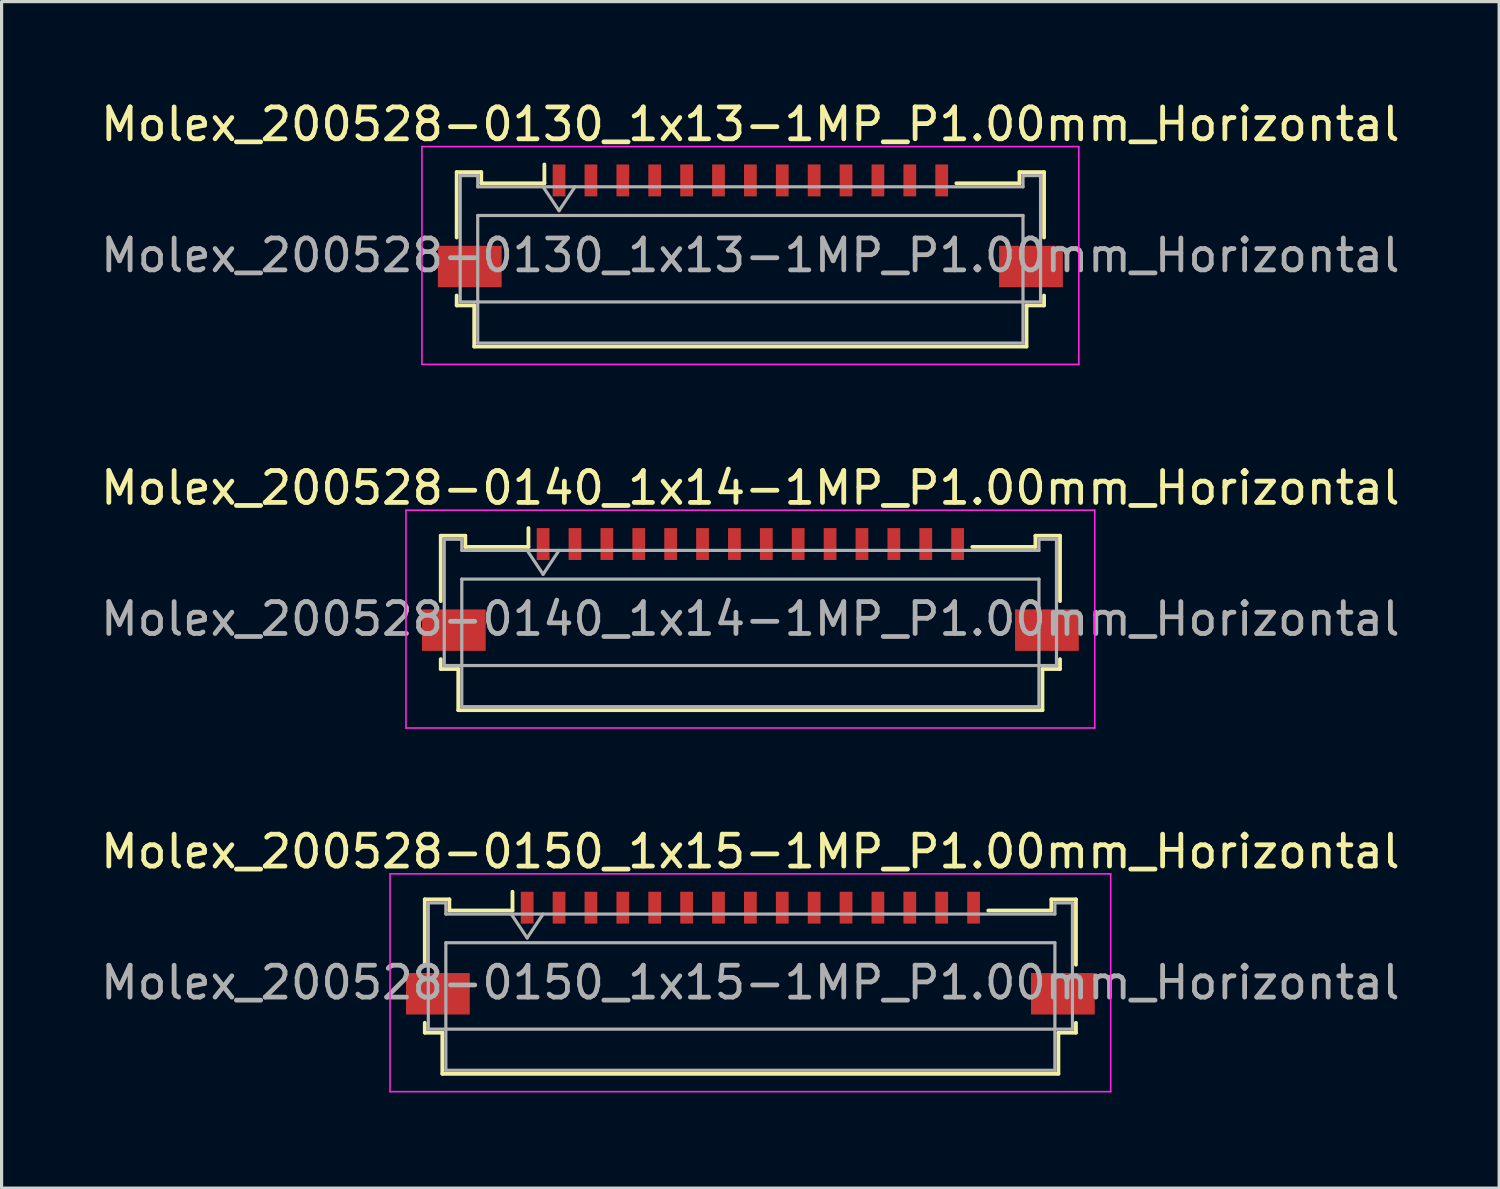
<source format=kicad_pcb>
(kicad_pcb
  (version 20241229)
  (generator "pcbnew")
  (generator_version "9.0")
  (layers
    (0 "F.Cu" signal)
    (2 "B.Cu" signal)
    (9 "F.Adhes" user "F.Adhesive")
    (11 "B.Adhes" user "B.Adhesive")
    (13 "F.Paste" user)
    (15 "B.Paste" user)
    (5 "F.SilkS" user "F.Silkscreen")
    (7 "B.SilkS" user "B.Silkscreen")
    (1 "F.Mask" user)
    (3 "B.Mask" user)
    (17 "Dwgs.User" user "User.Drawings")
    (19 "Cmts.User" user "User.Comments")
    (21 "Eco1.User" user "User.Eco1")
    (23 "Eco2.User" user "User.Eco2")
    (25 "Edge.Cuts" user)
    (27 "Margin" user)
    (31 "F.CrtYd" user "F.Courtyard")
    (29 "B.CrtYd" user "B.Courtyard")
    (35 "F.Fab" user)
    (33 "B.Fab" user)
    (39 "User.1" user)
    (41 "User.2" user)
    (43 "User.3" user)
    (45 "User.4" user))
  (footprint "Molex_200528-0130_1x13-1MP_P1.00mm_Horizontal"
    (layer "F.Cu")
    (at 20.482 3.518)
    (property "Reference" "Molex_200528-0130_1x13-1MP_P1.00mm_Horizontal" (at 0 -2.67 0) (layer "F.SilkS") (effects (font (size 1 1) (thickness 0.15))))
    (attr smd)
    (fp_line (start -9.21 -1.17) (end -9.21 0.88) (stroke (width 0.12) (type solid)) (layer "F.SilkS"))
    (fp_line (start -9.21 2.7) (end -9.21 3.01) (stroke (width 0.12) (type solid)) (layer "F.SilkS"))
    (fp_line (start -9.21 3.01) (end -8.66 3.01) (stroke (width 0.12) (type solid)) (layer "F.SilkS"))
    (fp_line (start -8.66 3.01) (end -8.66 4.3) (stroke (width 0.12) (type solid)) (layer "F.SilkS"))
    (fp_line (start -8.66 4.3) (end 8.66 4.3) (stroke (width 0.12) (type solid)) (layer "F.SilkS"))
    (fp_line (start -8.44 -1.17) (end -9.21 -1.17) (stroke (width 0.12) (type solid)) (layer "F.SilkS"))
    (fp_line (start -8.44 -0.82) (end -8.44 -1.17) (stroke (width 0.12) (type solid)) (layer "F.SilkS"))
    (fp_line (start -6.46 -1.41) (end -6.46 -0.82) (stroke (width 0.12) (type solid)) (layer "F.SilkS"))
    (fp_line (start -6.46 -0.82) (end -8.44 -0.82) (stroke (width 0.12) (type solid)) (layer "F.SilkS"))
    (fp_line (start 8.44 -1.17) (end 8.44 -0.82) (stroke (width 0.12) (type solid)) (layer "F.SilkS"))
    (fp_line (start 8.44 -0.82) (end 6.46 -0.82) (stroke (width 0.12) (type solid)) (layer "F.SilkS"))
    (fp_line (start 8.66 3.01) (end 9.21 3.01) (stroke (width 0.12) (type solid)) (layer "F.SilkS"))
    (fp_line (start 8.66 4.3) (end 8.66 3.01) (stroke (width 0.12) (type solid)) (layer "F.SilkS"))
    (fp_line (start 9.21 -1.17) (end 8.44 -1.17) (stroke (width 0.12) (type solid)) (layer "F.SilkS"))
    (fp_line (start 9.21 0.88) (end 9.21 -1.17) (stroke (width 0.12) (type solid)) (layer "F.SilkS"))
    (fp_line (start 9.21 3.01) (end 9.21 2.7) (stroke (width 0.12) (type solid)) (layer "F.SilkS"))
    (fp_line (start -10.3 -1.97) (end -10.3 4.86) (stroke (width 0.05) (type solid)) (layer "F.CrtYd"))
    (fp_line (start -10.3 4.86) (end 10.3 4.86) (stroke (width 0.05) (type solid)) (layer "F.CrtYd"))
    (fp_line (start 10.3 -1.97) (end -10.3 -1.97) (stroke (width 0.05) (type solid)) (layer "F.CrtYd"))
    (fp_line (start 10.3 4.86) (end 10.3 -1.97) (stroke (width 0.05) (type solid)) (layer "F.CrtYd"))
    (fp_line (start -9.1 -1.06) (end -9.1 2.9) (stroke (width 0.1) (type solid)) (layer "F.Fab"))
    (fp_line (start -9.1 2.9) (end 9.1 2.9) (stroke (width 0.1) (type solid)) (layer "F.Fab"))
    (fp_line (start -8.55 -1.06) (end -9.1 -1.06) (stroke (width 0.1) (type solid)) (layer "F.Fab"))
    (fp_line (start -8.55 -0.71) (end -8.55 -1.06) (stroke (width 0.1) (type solid)) (layer "F.Fab"))
    (fp_line (start -8.55 0.19) (end -8.55 4.19) (stroke (width 0.1) (type solid)) (layer "F.Fab"))
    (fp_line (start -8.55 4.19) (end 8.55 4.19) (stroke (width 0.1) (type solid)) (layer "F.Fab"))
    (fp_line (start -6.5 -0.71) (end -6 0.04) (stroke (width 0.1) (type solid)) (layer "F.Fab"))
    (fp_line (start -6 0.04) (end -5.5 -0.71) (stroke (width 0.1) (type solid)) (layer "F.Fab"))
    (fp_line (start 8.55 -1.06) (end 8.55 -0.71) (stroke (width 0.1) (type solid)) (layer "F.Fab"))
    (fp_line (start 8.55 -0.71) (end -8.55 -0.71) (stroke (width 0.1) (type solid)) (layer "F.Fab"))
    (fp_line (start 8.55 0.19) (end -8.55 0.19) (stroke (width 0.1) (type solid)) (layer "F.Fab"))
    (fp_line (start 8.55 4.19) (end 8.55 0.19) (stroke (width 0.1) (type solid)) (layer "F.Fab"))
    (fp_line (start 9.1 -1.06) (end 8.55 -1.06) (stroke (width 0.1) (type solid)) (layer "F.Fab"))
    (fp_line (start 9.1 2.9) (end 9.1 -1.06) (stroke (width 0.1) (type solid)) (layer "F.Fab"))
    (fp_text user "${REFERENCE}" (at 0 1.44 0) (layer "F.Fab") (effects (font (size 1 1) (thickness 0.15))))
    (pad "1" smd rect (at -6 -0.91) (size 0.4 1) (layers "F.Cu" "F.Mask" "F.Paste"))
    (pad "2" smd rect (at -5 -0.91) (size 0.4 1) (layers "F.Cu" "F.Mask" "F.Paste"))
    (pad "3" smd rect (at -4 -0.91) (size 0.4 1) (layers "F.Cu" "F.Mask" "F.Paste"))
    (pad "4" smd rect (at -3 -0.91) (size 0.4 1) (layers "F.Cu" "F.Mask" "F.Paste"))
    (pad "5" smd rect (at -2 -0.91) (size 0.4 1) (layers "F.Cu" "F.Mask" "F.Paste"))
    (pad "6" smd rect (at -1 -0.91) (size 0.4 1) (layers "F.Cu" "F.Mask" "F.Paste"))
    (pad "7" smd rect (at 0 -0.91) (size 0.4 1) (layers "F.Cu" "F.Mask" "F.Paste"))
    (pad "8" smd rect (at 1 -0.91) (size 0.4 1) (layers "F.Cu" "F.Mask" "F.Paste"))
    (pad "9" smd rect (at 2 -0.91) (size 0.4 1) (layers "F.Cu" "F.Mask" "F.Paste"))
    (pad "10" smd rect (at 3 -0.91) (size 0.4 1) (layers "F.Cu" "F.Mask" "F.Paste"))
    (pad "11" smd rect (at 4 -0.91) (size 0.4 1) (layers "F.Cu" "F.Mask" "F.Paste"))
    (pad "12" smd rect (at 5 -0.91) (size 0.4 1) (layers "F.Cu" "F.Mask" "F.Paste"))
    (pad "13" smd rect (at 6 -0.91) (size 0.4 1) (layers "F.Cu" "F.Mask" "F.Paste"))
    (pad "MP" smd rect (at -8.8 1.79) (size 2 1.3) (layers "F.Cu" "F.Mask" "F.Paste"))
    (pad "MP" smd rect (at 8.8 1.79) (size 2 1.3) (layers "F.Cu" "F.Mask" "F.Paste")))
  (footprint "Molex_200528-0140_1x14-1MP_P1.00mm_Horizontal"
    (layer "F.Cu")
    (at 20.482 14.921)
    (property "Reference" "Molex_200528-0140_1x14-1MP_P1.00mm_Horizontal" (at 0 -2.67 0) (layer "F.SilkS") (effects (font (size 1 1) (thickness 0.15))))
    (attr smd)
    (fp_line (start -9.71 -1.17) (end -9.71 0.88) (stroke (width 0.12) (type solid)) (layer "F.SilkS"))
    (fp_line (start -9.71 2.7) (end -9.71 3.01) (stroke (width 0.12) (type solid)) (layer "F.SilkS"))
    (fp_line (start -9.71 3.01) (end -9.16 3.01) (stroke (width 0.12) (type solid)) (layer "F.SilkS"))
    (fp_line (start -9.16 3.01) (end -9.16 4.3) (stroke (width 0.12) (type solid)) (layer "F.SilkS"))
    (fp_line (start -9.16 4.3) (end 9.16 4.3) (stroke (width 0.12) (type solid)) (layer "F.SilkS"))
    (fp_line (start -8.94 -1.17) (end -9.71 -1.17) (stroke (width 0.12) (type solid)) (layer "F.SilkS"))
    (fp_line (start -8.94 -0.82) (end -8.94 -1.17) (stroke (width 0.12) (type solid)) (layer "F.SilkS"))
    (fp_line (start -6.96 -1.41) (end -6.96 -0.82) (stroke (width 0.12) (type solid)) (layer "F.SilkS"))
    (fp_line (start -6.96 -0.82) (end -8.94 -0.82) (stroke (width 0.12) (type solid)) (layer "F.SilkS"))
    (fp_line (start 8.94 -1.17) (end 8.94 -0.82) (stroke (width 0.12) (type solid)) (layer "F.SilkS"))
    (fp_line (start 8.94 -0.82) (end 6.96 -0.82) (stroke (width 0.12) (type solid)) (layer "F.SilkS"))
    (fp_line (start 9.16 3.01) (end 9.71 3.01) (stroke (width 0.12) (type solid)) (layer "F.SilkS"))
    (fp_line (start 9.16 4.3) (end 9.16 3.01) (stroke (width 0.12) (type solid)) (layer "F.SilkS"))
    (fp_line (start 9.71 -1.17) (end 8.94 -1.17) (stroke (width 0.12) (type solid)) (layer "F.SilkS"))
    (fp_line (start 9.71 0.88) (end 9.71 -1.17) (stroke (width 0.12) (type solid)) (layer "F.SilkS"))
    (fp_line (start 9.71 3.01) (end 9.71 2.7) (stroke (width 0.12) (type solid)) (layer "F.SilkS"))
    (fp_line (start -10.8 -1.97) (end -10.8 4.86) (stroke (width 0.05) (type solid)) (layer "F.CrtYd"))
    (fp_line (start -10.8 4.86) (end 10.8 4.86) (stroke (width 0.05) (type solid)) (layer "F.CrtYd"))
    (fp_line (start 10.8 -1.97) (end -10.8 -1.97) (stroke (width 0.05) (type solid)) (layer "F.CrtYd"))
    (fp_line (start 10.8 4.86) (end 10.8 -1.97) (stroke (width 0.05) (type solid)) (layer "F.CrtYd"))
    (fp_line (start -9.6 -1.06) (end -9.6 2.9) (stroke (width 0.1) (type solid)) (layer "F.Fab"))
    (fp_line (start -9.6 2.9) (end 9.6 2.9) (stroke (width 0.1) (type solid)) (layer "F.Fab"))
    (fp_line (start -9.05 -1.06) (end -9.6 -1.06) (stroke (width 0.1) (type solid)) (layer "F.Fab"))
    (fp_line (start -9.05 -0.71) (end -9.05 -1.06) (stroke (width 0.1) (type solid)) (layer "F.Fab"))
    (fp_line (start -9.05 0.19) (end -9.05 4.19) (stroke (width 0.1) (type solid)) (layer "F.Fab"))
    (fp_line (start -9.05 4.19) (end 9.05 4.19) (stroke (width 0.1) (type solid)) (layer "F.Fab"))
    (fp_line (start -7 -0.71) (end -6.5 0.04) (stroke (width 0.1) (type solid)) (layer "F.Fab"))
    (fp_line (start -6.5 0.04) (end -6 -0.71) (stroke (width 0.1) (type solid)) (layer "F.Fab"))
    (fp_line (start 9.05 -1.06) (end 9.05 -0.71) (stroke (width 0.1) (type solid)) (layer "F.Fab"))
    (fp_line (start 9.05 -0.71) (end -9.05 -0.71) (stroke (width 0.1) (type solid)) (layer "F.Fab"))
    (fp_line (start 9.05 0.19) (end -9.05 0.19) (stroke (width 0.1) (type solid)) (layer "F.Fab"))
    (fp_line (start 9.05 4.19) (end 9.05 0.19) (stroke (width 0.1) (type solid)) (layer "F.Fab"))
    (fp_line (start 9.6 -1.06) (end 9.05 -1.06) (stroke (width 0.1) (type solid)) (layer "F.Fab"))
    (fp_line (start 9.6 2.9) (end 9.6 -1.06) (stroke (width 0.1) (type solid)) (layer "F.Fab"))
    (fp_text user "${REFERENCE}" (at 0 1.44 0) (layer "F.Fab") (effects (font (size 1 1) (thickness 0.15))))
    (pad "1" smd rect (at -6.5 -0.91) (size 0.4 1) (layers "F.Cu" "F.Mask" "F.Paste"))
    (pad "2" smd rect (at -5.5 -0.91) (size 0.4 1) (layers "F.Cu" "F.Mask" "F.Paste"))
    (pad "3" smd rect (at -4.5 -0.91) (size 0.4 1) (layers "F.Cu" "F.Mask" "F.Paste"))
    (pad "4" smd rect (at -3.5 -0.91) (size 0.4 1) (layers "F.Cu" "F.Mask" "F.Paste"))
    (pad "5" smd rect (at -2.5 -0.91) (size 0.4 1) (layers "F.Cu" "F.Mask" "F.Paste"))
    (pad "6" smd rect (at -1.5 -0.91) (size 0.4 1) (layers "F.Cu" "F.Mask" "F.Paste"))
    (pad "7" smd rect (at -0.5 -0.91) (size 0.4 1) (layers "F.Cu" "F.Mask" "F.Paste"))
    (pad "8" smd rect (at 0.5 -0.91) (size 0.4 1) (layers "F.Cu" "F.Mask" "F.Paste"))
    (pad "9" smd rect (at 1.5 -0.91) (size 0.4 1) (layers "F.Cu" "F.Mask" "F.Paste"))
    (pad "10" smd rect (at 2.5 -0.91) (size 0.4 1) (layers "F.Cu" "F.Mask" "F.Paste"))
    (pad "11" smd rect (at 3.5 -0.91) (size 0.4 1) (layers "F.Cu" "F.Mask" "F.Paste"))
    (pad "12" smd rect (at 4.5 -0.91) (size 0.4 1) (layers "F.Cu" "F.Mask" "F.Paste"))
    (pad "13" smd rect (at 5.5 -0.91) (size 0.4 1) (layers "F.Cu" "F.Mask" "F.Paste"))
    (pad "14" smd rect (at 6.5 -0.91) (size 0.4 1) (layers "F.Cu" "F.Mask" "F.Paste"))
    (pad "MP" smd rect (at -9.3 1.79) (size 2 1.3) (layers "F.Cu" "F.Mask" "F.Paste"))
    (pad "MP" smd rect (at 9.3 1.79) (size 2 1.3) (layers "F.Cu" "F.Mask" "F.Paste")))
  (footprint "Molex_200528-0150_1x15-1MP_P1.00mm_Horizontal"
    (layer "F.Cu")
    (at 20.482 26.325)
    (property "Reference" "Molex_200528-0150_1x15-1MP_P1.00mm_Horizontal" (at 0 -2.67 0) (layer "F.SilkS") (effects (font (size 1 1) (thickness 0.15))))
    (attr smd)
    (fp_line (start -10.21 -1.17) (end -10.21 0.88) (stroke (width 0.12) (type solid)) (layer "F.SilkS"))
    (fp_line (start -10.21 2.7) (end -10.21 3.01) (stroke (width 0.12) (type solid)) (layer "F.SilkS"))
    (fp_line (start -10.21 3.01) (end -9.66 3.01) (stroke (width 0.12) (type solid)) (layer "F.SilkS"))
    (fp_line (start -9.66 3.01) (end -9.66 4.3) (stroke (width 0.12) (type solid)) (layer "F.SilkS"))
    (fp_line (start -9.66 4.3) (end 9.66 4.3) (stroke (width 0.12) (type solid)) (layer "F.SilkS"))
    (fp_line (start -9.44 -1.17) (end -10.21 -1.17) (stroke (width 0.12) (type solid)) (layer "F.SilkS"))
    (fp_line (start -9.44 -0.82) (end -9.44 -1.17) (stroke (width 0.12) (type solid)) (layer "F.SilkS"))
    (fp_line (start -7.46 -1.41) (end -7.46 -0.82) (stroke (width 0.12) (type solid)) (layer "F.SilkS"))
    (fp_line (start -7.46 -0.82) (end -9.44 -0.82) (stroke (width 0.12) (type solid)) (layer "F.SilkS"))
    (fp_line (start 9.44 -1.17) (end 9.44 -0.82) (stroke (width 0.12) (type solid)) (layer "F.SilkS"))
    (fp_line (start 9.44 -0.82) (end 7.46 -0.82) (stroke (width 0.12) (type solid)) (layer "F.SilkS"))
    (fp_line (start 9.66 3.01) (end 10.21 3.01) (stroke (width 0.12) (type solid)) (layer "F.SilkS"))
    (fp_line (start 9.66 4.3) (end 9.66 3.01) (stroke (width 0.12) (type solid)) (layer "F.SilkS"))
    (fp_line (start 10.21 -1.17) (end 9.44 -1.17) (stroke (width 0.12) (type solid)) (layer "F.SilkS"))
    (fp_line (start 10.21 0.88) (end 10.21 -1.17) (stroke (width 0.12) (type solid)) (layer "F.SilkS"))
    (fp_line (start 10.21 3.01) (end 10.21 2.7) (stroke (width 0.12) (type solid)) (layer "F.SilkS"))
    (fp_line (start -11.3 -1.97) (end -11.3 4.86) (stroke (width 0.05) (type solid)) (layer "F.CrtYd"))
    (fp_line (start -11.3 4.86) (end 11.3 4.86) (stroke (width 0.05) (type solid)) (layer "F.CrtYd"))
    (fp_line (start 11.3 -1.97) (end -11.3 -1.97) (stroke (width 0.05) (type solid)) (layer "F.CrtYd"))
    (fp_line (start 11.3 4.86) (end 11.3 -1.97) (stroke (width 0.05) (type solid)) (layer "F.CrtYd"))
    (fp_line (start -10.1 -1.06) (end -10.1 2.9) (stroke (width 0.1) (type solid)) (layer "F.Fab"))
    (fp_line (start -10.1 2.9) (end 10.1 2.9) (stroke (width 0.1) (type solid)) (layer "F.Fab"))
    (fp_line (start -9.55 -1.06) (end -10.1 -1.06) (stroke (width 0.1) (type solid)) (layer "F.Fab"))
    (fp_line (start -9.55 -0.71) (end -9.55 -1.06) (stroke (width 0.1) (type solid)) (layer "F.Fab"))
    (fp_line (start -9.55 0.19) (end -9.55 4.19) (stroke (width 0.1) (type solid)) (layer "F.Fab"))
    (fp_line (start -9.55 4.19) (end 9.55 4.19) (stroke (width 0.1) (type solid)) (layer "F.Fab"))
    (fp_line (start -7.5 -0.71) (end -7 0.04) (stroke (width 0.1) (type solid)) (layer "F.Fab"))
    (fp_line (start -7 0.04) (end -6.5 -0.71) (stroke (width 0.1) (type solid)) (layer "F.Fab"))
    (fp_line (start 9.55 -1.06) (end 9.55 -0.71) (stroke (width 0.1) (type solid)) (layer "F.Fab"))
    (fp_line (start 9.55 -0.71) (end -9.55 -0.71) (stroke (width 0.1) (type solid)) (layer "F.Fab"))
    (fp_line (start 9.55 0.19) (end -9.55 0.19) (stroke (width 0.1) (type solid)) (layer "F.Fab"))
    (fp_line (start 9.55 4.19) (end 9.55 0.19) (stroke (width 0.1) (type solid)) (layer "F.Fab"))
    (fp_line (start 10.1 -1.06) (end 9.55 -1.06) (stroke (width 0.1) (type solid)) (layer "F.Fab"))
    (fp_line (start 10.1 2.9) (end 10.1 -1.06) (stroke (width 0.1) (type solid)) (layer "F.Fab"))
    (fp_text user "${REFERENCE}" (at 0 1.44 0) (layer "F.Fab") (effects (font (size 1 1) (thickness 0.15))))
    (pad "1" smd rect (at -7 -0.91) (size 0.4 1) (layers "F.Cu" "F.Mask" "F.Paste"))
    (pad "2" smd rect (at -6 -0.91) (size 0.4 1) (layers "F.Cu" "F.Mask" "F.Paste"))
    (pad "3" smd rect (at -5 -0.91) (size 0.4 1) (layers "F.Cu" "F.Mask" "F.Paste"))
    (pad "4" smd rect (at -4 -0.91) (size 0.4 1) (layers "F.Cu" "F.Mask" "F.Paste"))
    (pad "5" smd rect (at -3 -0.91) (size 0.4 1) (layers "F.Cu" "F.Mask" "F.Paste"))
    (pad "6" smd rect (at -2 -0.91) (size 0.4 1) (layers "F.Cu" "F.Mask" "F.Paste"))
    (pad "7" smd rect (at -1 -0.91) (size 0.4 1) (layers "F.Cu" "F.Mask" "F.Paste"))
    (pad "8" smd rect (at 0 -0.91) (size 0.4 1) (layers "F.Cu" "F.Mask" "F.Paste"))
    (pad "9" smd rect (at 1 -0.91) (size 0.4 1) (layers "F.Cu" "F.Mask" "F.Paste"))
    (pad "10" smd rect (at 2 -0.91) (size 0.4 1) (layers "F.Cu" "F.Mask" "F.Paste"))
    (pad "11" smd rect (at 3 -0.91) (size 0.4 1) (layers "F.Cu" "F.Mask" "F.Paste"))
    (pad "12" smd rect (at 4 -0.91) (size 0.4 1) (layers "F.Cu" "F.Mask" "F.Paste"))
    (pad "13" smd rect (at 5 -0.91) (size 0.4 1) (layers "F.Cu" "F.Mask" "F.Paste"))
    (pad "14" smd rect (at 6 -0.91) (size 0.4 1) (layers "F.Cu" "F.Mask" "F.Paste"))
    (pad "15" smd rect (at 7 -0.91) (size 0.4 1) (layers "F.Cu" "F.Mask" "F.Paste"))
    (pad "MP" smd rect (at -9.8 1.79) (size 2 1.3) (layers "F.Cu" "F.Mask" "F.Paste"))
    (pad "MP" smd rect (at 9.8 1.79) (size 2 1.3) (layers "F.Cu" "F.Mask" "F.Paste")))
  (gr_rect
    (start -3 -3)
    (end 43.964 34.21)
    (stroke (width 0.1) (type default))
    (fill no)
    (layer "Edge.Cuts")))
</source>
